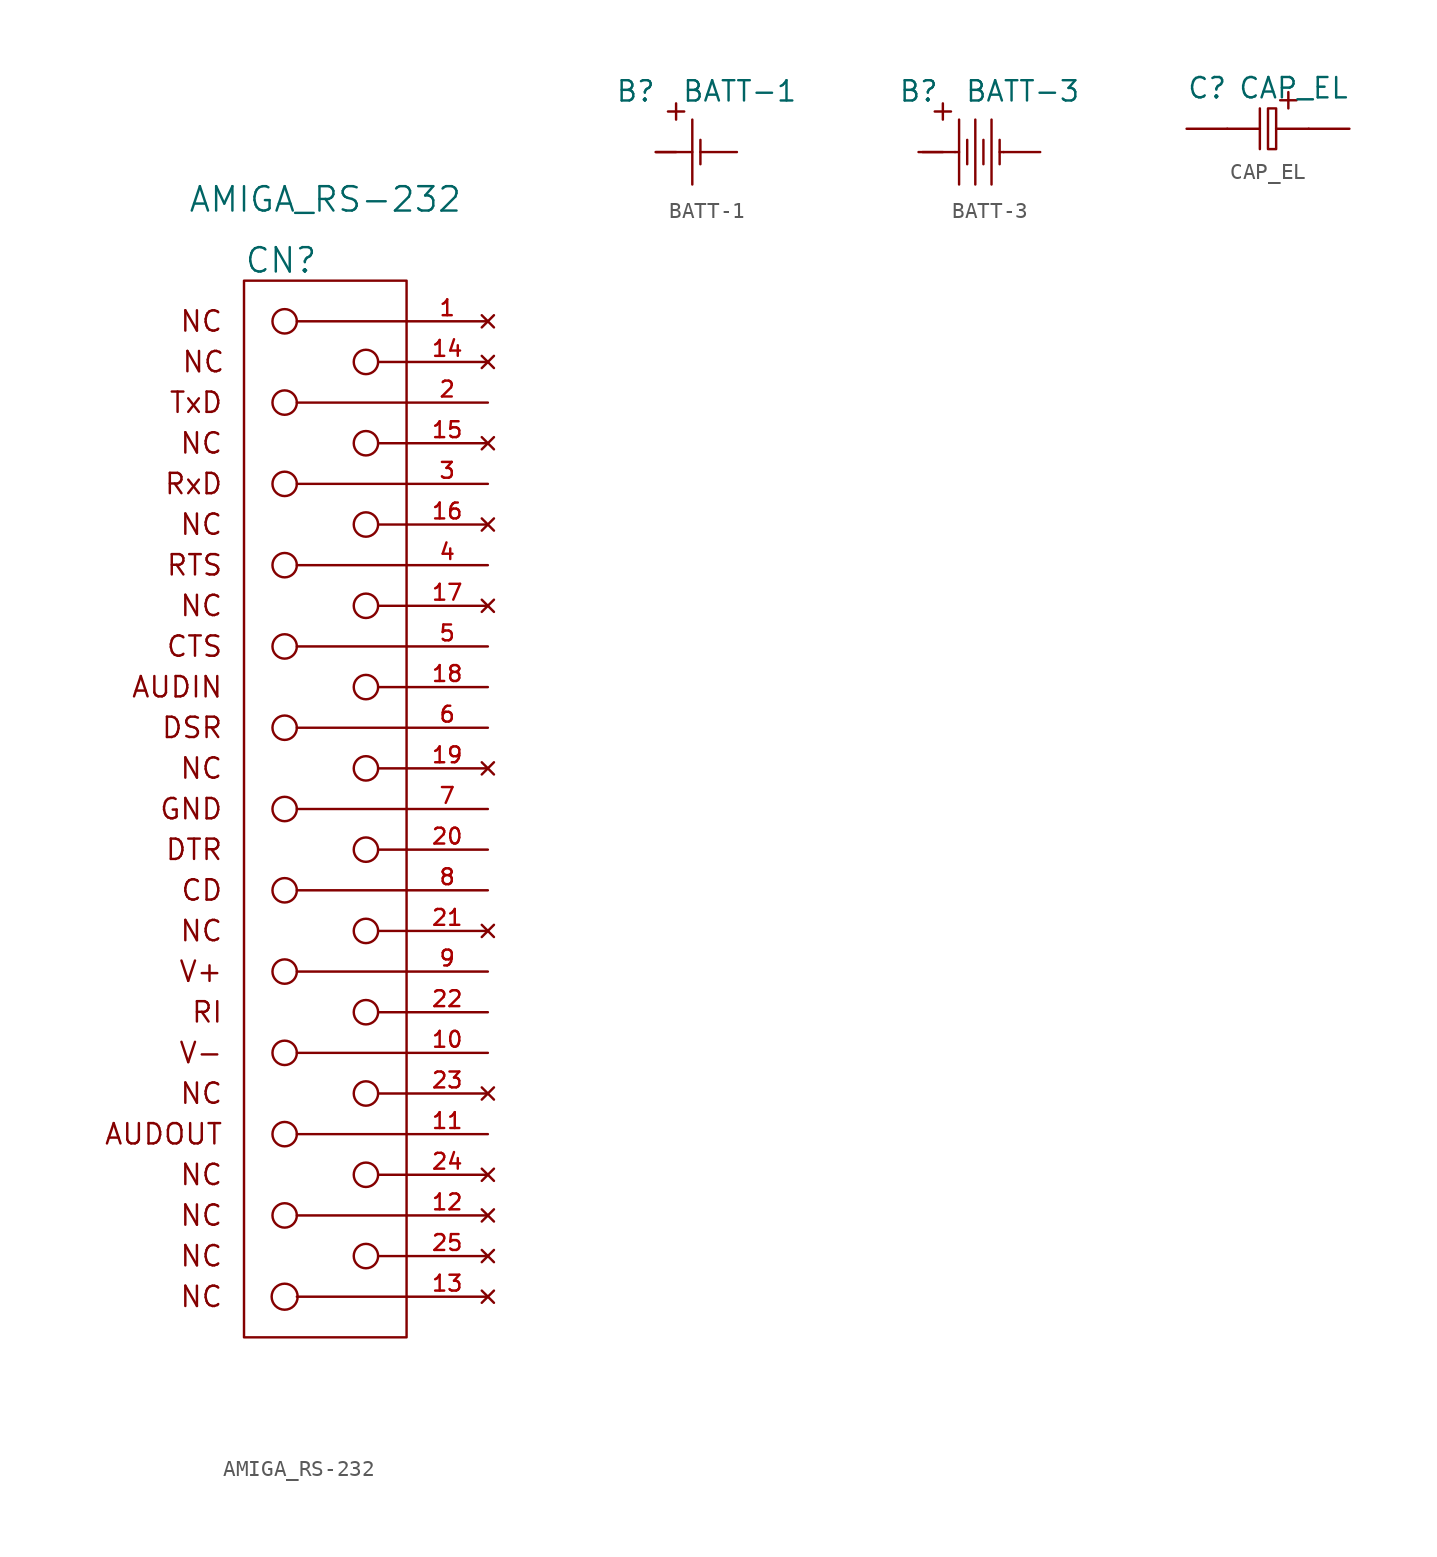
<source format=kicad_sym>
(kicad_symbol_lib
  (version 20211014)
  (generator kicad_symbol_editor)
  (symbol "AMIGA_RS-232"
    (pin_names
      (offset 0.025) hide)
    (property "Reference" "CN"
      (at -5.08 34.29 0)
      (effects (font (size 1.524 1.524)) (justify left)))
    (property "Value" "AMIGA_RS-232"
      (at 0 38.1 0)
      (effects (font (size 1.524 1.524))))
    (property "Footprint" ""
      (at 3.81 26.67 0)
      (effects (font (size 1.524 1.524))))
    (property "Datasheet" ""
      (at 3.81 26.67 0)
      (effects (font (size 1.524 1.524))))
    (symbol "AMIGA_RS-232_0_0"
      (rectangle (start -5.08 33.02) (end 5.08 -33.02) (stroke (width 0) (type default) (color 0 0 0 0)) (fill (type none)))
      (text "AUDIN" (at -6.35 7.62 0) (effects (font (size 1.27 1.27)) (justify right)))
      (text "AUDOUT" (at -6.35 -20.32 0) (effects (font (size 1.27 1.27)) (justify right)))
      (text "CD" (at -6.35 -5.08 0) (effects (font (size 1.27 1.27)) (justify right)))
      (text "CTS" (at -6.35 10.16 0) (effects (font (size 1.27 1.27)) (justify right)))
      (text "DSR" (at -6.35 5.08 0) (effects (font (size 1.27 1.27)) (justify right)))
      (text "DTR" (at -6.35 -2.54 0) (effects (font (size 1.27 1.27)) (justify right)))
      (text "GND" (at -6.35 0 0) (effects (font (size 1.27 1.27)) (justify right)))
      (text "NC" (at -7.62 27.94 0) (effects (font (size 1.27 1.27))))
      (text "NC" (at -6.35 -30.48 0) (effects (font (size 1.27 1.27)) (justify right)))
      (text "NC" (at -6.35 -27.94 0) (effects (font (size 1.27 1.27)) (justify right)))
      (text "NC" (at -6.35 -25.4 0) (effects (font (size 1.27 1.27)) (justify right)))
      (text "NC" (at -6.35 -22.86 0) (effects (font (size 1.27 1.27)) (justify right)))
      (text "NC" (at -6.35 -17.78 0) (effects (font (size 1.27 1.27)) (justify right)))
      (text "NC" (at -6.35 -7.62 0) (effects (font (size 1.27 1.27)) (justify right)))
      (text "NC" (at -6.35 2.54 0) (effects (font (size 1.27 1.27)) (justify right)))
      (text "NC" (at -6.35 12.7 0) (effects (font (size 1.27 1.27)) (justify right)))
      (text "NC" (at -6.35 17.78 0) (effects (font (size 1.27 1.27)) (justify right)))
      (text "NC" (at -6.35 22.86 0) (effects (font (size 1.27 1.27)) (justify right)))
      (text "NC" (at -6.35 30.48 0) (effects (font (size 1.27 1.27)) (justify right)))
      (text "RI" (at -6.35 -12.7 0) (effects (font (size 1.27 1.27)) (justify right)))
      (text "RTS" (at -6.35 15.24 0) (effects (font (size 1.27 1.27)) (justify right)))
      (text "RxD" (at -6.35 20.32 0) (effects (font (size 1.27 1.27)) (justify right)))
      (text "TxD" (at -6.35 25.4 0) (effects (font (size 1.27 1.27)) (justify right)))
      (text "V+" (at -6.35 -10.16 0) (effects (font (size 1.27 1.27)) (justify right)))
      (text "V-" (at -6.35 -15.24 0) (effects (font (size 1.27 1.27)) (justify right))))
    (symbol "AMIGA_RS-232_0_1"
      (circle (center -2.54 -30.48) (radius 0.813) (stroke (width 0) (type default) (color 0 0 0 0)) (fill (type none)))
      (circle (center -2.54 -25.4) (radius 0.762) (stroke (width 0) (type default) (color 0 0 0 0)) (fill (type none)))
      (circle (center -2.54 -20.32) (radius 0.762) (stroke (width 0) (type default) (color 0 0 0 0)) (fill (type none)))
      (circle (center -2.54 -15.24) (radius 0.762) (stroke (width 0) (type default) (color 0 0 0 0)) (fill (type none)))
      (circle (center -2.54 -10.16) (radius 0.762) (stroke (width 0) (type default) (color 0 0 0 0)) (fill (type none)))
      (circle (center -2.54 -5.08) (radius 0.762) (stroke (width 0) (type default) (color 0 0 0 0)) (fill (type none)))
      (circle (center -2.54 0) (radius 0.762) (stroke (width 0) (type default) (color 0 0 0 0)) (fill (type none)))
      (circle (center -2.54 5.08) (radius 0.762) (stroke (width 0) (type default) (color 0 0 0 0)) (fill (type none)))
      (circle (center -2.54 10.16) (radius 0.762) (stroke (width 0) (type default) (color 0 0 0 0)) (fill (type none)))
      (circle (center -2.54 15.24) (radius 0.762) (stroke (width 0) (type default) (color 0 0 0 0)) (fill (type none)))
      (circle (center -2.54 20.32) (radius 0.762) (stroke (width 0) (type default) (color 0 0 0 0)) (fill (type none)))
      (circle (center -2.54 25.4) (radius 0.762) (stroke (width 0) (type default) (color 0 0 0 0)) (fill (type none)))
      (circle (center -2.54 30.48) (radius 0.762) (stroke (width 0) (type default) (color 0 0 0 0)) (fill (type none)))
      (polyline (pts (xy -1.778 -30.48) (xy 5.08 -30.48)) (stroke (width 0) (type default) (color 0 0 0 0)) (fill (type none)))
      (polyline (pts (xy -1.778 -25.4) (xy 5.08 -25.4)) (stroke (width 0) (type default) (color 0 0 0 0)) (fill (type none)))
      (polyline (pts (xy -1.778 -20.32) (xy 5.08 -20.32)) (stroke (width 0) (type default) (color 0 0 0 0)) (fill (type none)))
      (polyline (pts (xy -1.778 -15.24) (xy 5.08 -15.24)) (stroke (width 0) (type default) (color 0 0 0 0)) (fill (type none)))
      (polyline (pts (xy -1.778 -10.16) (xy 5.08 -10.16)) (stroke (width 0) (type default) (color 0 0 0 0)) (fill (type none)))
      (polyline (pts (xy -1.778 -5.08) (xy 5.08 -5.08)) (stroke (width 0) (type default) (color 0 0 0 0)) (fill (type none)))
      (polyline (pts (xy -1.778 0) (xy 5.08 0)) (stroke (width 0) (type default) (color 0 0 0 0)) (fill (type none)))
      (polyline (pts (xy -1.778 5.08) (xy 5.08 5.08)) (stroke (width 0) (type default) (color 0 0 0 0)) (fill (type none)))
      (polyline (pts (xy -1.778 10.16) (xy 5.08 10.16)) (stroke (width 0) (type default) (color 0 0 0 0)) (fill (type none)))
      (polyline (pts (xy -1.778 15.24) (xy 5.08 15.24)) (stroke (width 0) (type default) (color 0 0 0 0)) (fill (type none)))
      (polyline (pts (xy -1.778 20.32) (xy 5.08 20.32)) (stroke (width 0) (type default) (color 0 0 0 0)) (fill (type none)))
      (polyline (pts (xy -1.778 25.4) (xy 5.08 25.4)) (stroke (width 0) (type default) (color 0 0 0 0)) (fill (type none)))
      (polyline (pts (xy -1.778 30.48) (xy 5.08 30.48)) (stroke (width 0) (type default) (color 0 0 0 0)) (fill (type none)))
      (polyline (pts (xy 3.302 -27.94) (xy 5.08 -27.94)) (stroke (width 0) (type default) (color 0 0 0 0)) (fill (type none)))
      (polyline (pts (xy 3.302 -22.86) (xy 5.08 -22.86)) (stroke (width 0) (type default) (color 0 0 0 0)) (fill (type none)))
      (polyline (pts (xy 3.302 -17.78) (xy 5.08 -17.78)) (stroke (width 0) (type default) (color 0 0 0 0)) (fill (type none)))
      (polyline (pts (xy 3.302 -12.7) (xy 5.08 -12.7)) (stroke (width 0) (type default) (color 0 0 0 0)) (fill (type none)))
      (polyline (pts (xy 3.302 -7.62) (xy 5.08 -7.62)) (stroke (width 0) (type default) (color 0 0 0 0)) (fill (type none)))
      (polyline (pts (xy 3.302 -2.54) (xy 5.08 -2.54)) (stroke (width 0) (type default) (color 0 0 0 0)) (fill (type none)))
      (polyline (pts (xy 3.302 2.54) (xy 5.08 2.54)) (stroke (width 0) (type default) (color 0 0 0 0)) (fill (type none)))
      (polyline (pts (xy 3.302 7.62) (xy 5.08 7.62)) (stroke (width 0) (type default) (color 0 0 0 0)) (fill (type none)))
      (polyline (pts (xy 3.302 12.7) (xy 5.08 12.7)) (stroke (width 0) (type default) (color 0 0 0 0)) (fill (type none)))
      (polyline (pts (xy 3.302 17.78) (xy 5.08 17.78)) (stroke (width 0) (type default) (color 0 0 0 0)) (fill (type none)))
      (polyline (pts (xy 3.302 22.86) (xy 5.08 22.86)) (stroke (width 0) (type default) (color 0 0 0 0)) (fill (type none)))
      (polyline (pts (xy 3.302 27.94) (xy 5.08 27.94)) (stroke (width 0) (type default) (color 0 0 0 0)) (fill (type none)))
      (circle (center 2.54 -27.94) (radius 0.762) (stroke (width 0) (type default) (color 0 0 0 0)) (fill (type none)))
      (circle (center 2.54 -22.86) (radius 0.762) (stroke (width 0) (type default) (color 0 0 0 0)) (fill (type none)))
      (circle (center 2.54 -17.78) (radius 0.762) (stroke (width 0) (type default) (color 0 0 0 0)) (fill (type none)))
      (circle (center 2.54 -12.7) (radius 0.762) (stroke (width 0) (type default) (color 0 0 0 0)) (fill (type none)))
      (circle (center 2.54 -7.62) (radius 0.762) (stroke (width 0) (type default) (color 0 0 0 0)) (fill (type none)))
      (circle (center 2.54 -2.54) (radius 0.762) (stroke (width 0) (type default) (color 0 0 0 0)) (fill (type none)))
      (circle (center 2.54 2.54) (radius 0.762) (stroke (width 0) (type default) (color 0 0 0 0)) (fill (type none)))
      (circle (center 2.54 7.62) (radius 0.762) (stroke (width 0) (type default) (color 0 0 0 0)) (fill (type none)))
      (circle (center 2.54 12.7) (radius 0.762) (stroke (width 0) (type default) (color 0 0 0 0)) (fill (type none)))
      (circle (center 2.54 17.78) (radius 0.762) (stroke (width 0) (type default) (color 0 0 0 0)) (fill (type none)))
      (circle (center 2.54 22.86) (radius 0.762) (stroke (width 0) (type default) (color 0 0 0 0)) (fill (type none)))
      (circle (center 2.54 27.94) (radius 0.762) (stroke (width 0) (type default) (color 0 0 0 0)) (fill (type none))))
    (symbol "AMIGA_RS-232_1_1"
      (pin no_connect line (at 10.16 30.48 180) (length 5.08) (name "NC" (effects (font (size 1.27 1.27)))) (number "1" (effects (font (size 0.991 0.991)))))
      (pin power_out line (at 10.16 -15.24 180) (length 5.08) (name "V-" (effects (font (size 1.27 1.27)))) (number "10" (effects (font (size 0.991 0.991)))))
      (pin output line (at 10.16 -20.32 180) (length 5.08) (name "AUDOUT" (effects (font (size 1.27 1.27)))) (number "11" (effects (font (size 0.991 0.991)))))
      (pin no_connect line (at 10.16 -25.4 180) (length 5.08) (name "NC" (effects (font (size 1.27 1.27)))) (number "12" (effects (font (size 0.991 0.991)))))
      (pin no_connect line (at 10.16 -30.48 180) (length 5.08) (name "NC" (effects (font (size 1.27 1.27)))) (number "13" (effects (font (size 0.991 0.991)))))
      (pin no_connect line (at 10.16 27.94 180) (length 5.08) (name "NC" (effects (font (size 1.27 1.27)))) (number "14" (effects (font (size 0.991 0.991)))))
      (pin no_connect line (at 10.16 22.86 180) (length 5.08) (name "NC" (effects (font (size 1.27 1.27)))) (number "15" (effects (font (size 0.991 0.991)))))
      (pin no_connect line (at 10.16 17.78 180) (length 5.08) (name "NC" (effects (font (size 1.27 1.27)))) (number "16" (effects (font (size 0.991 0.991)))))
      (pin no_connect line (at 10.16 12.7 180) (length 5.08) (name "NC" (effects (font (size 1.27 1.27)))) (number "17" (effects (font (size 0.991 0.991)))))
      (pin input line (at 10.16 7.62 180) (length 5.08) (name "AUDIN" (effects (font (size 1.27 1.27)))) (number "18" (effects (font (size 0.991 0.991)))))
      (pin no_connect line (at 10.16 2.54 180) (length 5.08) (name "NC" (effects (font (size 1.27 1.27)))) (number "19" (effects (font (size 0.991 0.991)))))
      (pin output line (at 10.16 25.4 180) (length 5.08) (name "TxD" (effects (font (size 1.27 1.27)))) (number "2" (effects (font (size 0.991 0.991)))))
      (pin output line (at 10.16 -2.54 180) (length 5.08) (name "DTR" (effects (font (size 1.27 1.27)))) (number "20" (effects (font (size 0.991 0.991)))))
      (pin no_connect line (at 10.16 -7.62 180) (length 5.08) (name "NC" (effects (font (size 1.27 1.27)))) (number "21" (effects (font (size 0.991 0.991)))))
      (pin input line (at 10.16 -12.7 180) (length 5.08) (name "RI" (effects (font (size 1.27 1.27)))) (number "22" (effects (font (size 0.991 0.991)))))
      (pin no_connect line (at 10.16 -17.78 180) (length 5.08) (name "NC" (effects (font (size 1.27 1.27)))) (number "23" (effects (font (size 0.991 0.991)))))
      (pin no_connect line (at 10.16 -22.86 180) (length 5.08) (name "NC" (effects (font (size 1.27 1.27)))) (number "24" (effects (font (size 0.991 0.991)))))
      (pin no_connect line (at 10.16 -27.94 180) (length 5.08) (name "NC" (effects (font (size 1.27 1.27)))) (number "25" (effects (font (size 0.991 0.991)))))
      (pin input line (at 10.16 20.32 180) (length 5.08) (name "RxD" (effects (font (size 1.27 1.27)))) (number "3" (effects (font (size 0.991 0.991)))))
      (pin output line (at 10.16 15.24 180) (length 5.08) (name "RTS" (effects (font (size 1.27 1.27)))) (number "4" (effects (font (size 0.991 0.991)))))
      (pin input line (at 10.16 10.16 180) (length 5.08) (name "CTS" (effects (font (size 1.27 1.27)))) (number "5" (effects (font (size 0.991 0.991)))))
      (pin input line (at 10.16 5.08 180) (length 5.08) (name "DSR" (effects (font (size 1.27 1.27)))) (number "6" (effects (font (size 0.991 0.991)))))
      (pin power_out line (at 10.16 0 180) (length 5.08) (name "GND" (effects (font (size 1.27 1.27)))) (number "7" (effects (font (size 0.991 0.991)))))
      (pin input line (at 10.16 -5.08 180) (length 5.08) (name "CD" (effects (font (size 1.27 1.27)))) (number "8" (effects (font (size 0.991 0.991)))))
      (pin power_out line (at 10.16 -10.16 180) (length 5.08) (name "V+" (effects (font (size 1.27 1.27)))) (number "9" (effects (font (size 0.991 0.991)))))))
  (symbol "BATT-1"
    (pin_numbers hide)
    (pin_names
      (offset 1.016) hide)
    (property "Reference" "B"
      (at -5.08 3.81 0)
      (effects (font (size 1.27 1.27)) (justify left)))
    (property "Value" "BATT-1"
      (at 6.35 3.81 0)
      (effects (font (size 1.27 1.27)) (justify right)))
    (property "Footprint" ""
      (at 1.27 0 0)
      (effects (font (size 1.524 1.524))))
    (property "Datasheet" ""
      (at 1.27 0 0)
      (effects (font (size 1.524 1.524))))
    (symbol "BATT-1_0_1"
      (polyline (pts (xy -2.54 0) (xy -1.27 0)) (stroke (width 0) (type default) (color 0 0 0 0)) (fill (type none)))
      (polyline (pts (xy -1.778 2.54) (xy -0.762 2.54)) (stroke (width 0) (type default) (color 0 0 0 0)) (fill (type none)))
      (polyline (pts (xy -1.27 2.032) (xy -1.27 3.048)) (stroke (width 0) (type default) (color 0 0 0 0)) (fill (type none)))
      (polyline (pts (xy -0.254 2.032) (xy -0.254 -2.032)) (stroke (width 0) (type default) (color 0 0 0 0)) (fill (type none)))
      (polyline (pts (xy 0.254 0.762) (xy 0.254 -0.762)) (stroke (width 0) (type default) (color 0 0 0 0)) (fill (type none))))
    (symbol "BATT-1_1_1"
      (pin passive line (at -2.54 0 0) (length 2.286) (name "+" (effects (font (size 1.27 1.27)))) (number "1" (effects (font (size 1.27 1.27)))))
      (pin passive line (at 2.54 0 180) (length 2.286) (name "-" (effects (font (size 0.508 0.508)))) (number "2" (effects (font (size 1.27 1.27)))))))
  (symbol "BATT-3"
    (pin_numbers hide)
    (pin_names
      (offset 1.016) hide)
    (property "Reference" "B"
      (at -5.08 3.81 0)
      (effects (font (size 1.27 1.27)) (justify left)))
    (property "Value" "BATT-3"
      (at 6.35 3.81 0)
      (effects (font (size 1.27 1.27)) (justify right)))
    (property "Footprint" ""
      (at 0.254 0 0)
      (effects (font (size 1.524 1.524))))
    (property "Datasheet" ""
      (at 0.254 0 0)
      (effects (font (size 1.524 1.524))))
    (symbol "BATT-3_0_1"
      (polyline (pts (xy -3.556 0) (xy -2.286 0)) (stroke (width 0) (type default) (color 0 0 0 0)) (fill (type none)))
      (polyline (pts (xy -2.794 2.54) (xy -1.778 2.54)) (stroke (width 0) (type default) (color 0 0 0 0)) (fill (type none)))
      (polyline (pts (xy -2.286 2.032) (xy -2.286 3.048)) (stroke (width 0) (type default) (color 0 0 0 0)) (fill (type none)))
      (polyline (pts (xy -1.524 0) (xy -1.27 0)) (stroke (width 0) (type default) (color 0 0 0 0)) (fill (type none)))
      (polyline (pts (xy -1.27 2.032) (xy -1.27 -2.032)) (stroke (width 0) (type default) (color 0 0 0 0)) (fill (type none)))
      (polyline (pts (xy -0.762 0.762) (xy -0.762 -0.762)) (stroke (width 0) (type default) (color 0 0 0 0)) (fill (type none)))
      (polyline (pts (xy -0.254 2.032) (xy -0.254 -2.032)) (stroke (width 0) (type default) (color 0 0 0 0)) (fill (type none)))
      (polyline (pts (xy 0.254 0.762) (xy 0.254 -0.762)) (stroke (width 0) (type default) (color 0 0 0 0)) (fill (type none)))
      (polyline (pts (xy 0.762 2.032) (xy 0.762 -2.032)) (stroke (width 0) (type default) (color 0 0 0 0)) (fill (type none)))
      (polyline (pts (xy 1.27 0.762) (xy 1.27 -0.762)) (stroke (width 0) (type default) (color 0 0 0 0)) (fill (type none)))
      (polyline (pts (xy 1.524 0) (xy 1.27 0)) (stroke (width 0) (type default) (color 0 0 0 0)) (fill (type none))))
    (symbol "BATT-3_1_1"
      (pin passive line (at 3.81 0 180) (length 2.286) (name "-" (effects (font (size 0.508 0.508)))) (number "1" (effects (font (size 1.27 1.27)))))
      (pin passive line (at -3.81 0 0) (length 2.286) (name "+" (effects (font (size 1.27 1.27)))) (number "2" (effects (font (size 1.27 1.27)))))))
  (symbol "CAP_EL"
    (pin_numbers hide)
    (pin_names
      (offset 1.016) hide)
    (property "Reference" "C"
      (at -5.08 2.54 0)
      (effects (font (size 1.27 1.27)) (justify left)))
    (property "Value" "CAP_EL"
      (at 5.08 2.54 0)
      (effects (font (size 1.27 1.27)) (justify right)))
    (property "Footprint" ""
      (at -0.254 0 0)
      (effects (font (size 1.524 1.524))))
    (property "Datasheet" ""
      (at -0.254 0 0)
      (effects (font (size 1.524 1.524))))
    (symbol "CAP_EL_0_1"
      (polyline (pts (xy -2.54 0) (xy -0.508 0)) (stroke (width 0) (type default) (color 0 0 0 0)) (fill (type none)))
      (polyline (pts (xy -0.508 1.27) (xy -0.508 -1.27)) (stroke (width 0) (type default) (color 0 0 0 0)) (fill (type none)))
      (polyline (pts (xy 0.762 1.778) (xy 1.778 1.778)) (stroke (width 0) (type default) (color 0 0 0 0)) (fill (type none)))
      (polyline (pts (xy 1.27 1.27) (xy 1.27 2.286)) (stroke (width 0) (type default) (color 0 0 0 0)) (fill (type none)))
      (polyline (pts (xy 2.54 0) (xy 0.508 0)) (stroke (width 0) (type default) (color 0 0 0 0)) (fill (type none)))
      (rectangle (start 0 1.27) (end 0.508 -1.27) (stroke (width 0) (type default) (color 0 0 0 0)) (fill (type none))))
    (symbol "CAP_EL_1_1"
      (pin passive line (at -5.08 0 0) (length 2.54) (name "-" (effects (font (size 1.27 1.27)))) (number "1" (effects (font (size 1.27 1.27)))))
      (pin passive line (at 5.08 0 180) (length 2.54) (name "+" (effects (font (size 1.27 1.27)))) (number "2" (effects (font (size 1.27 1.27))))))))
</source>
